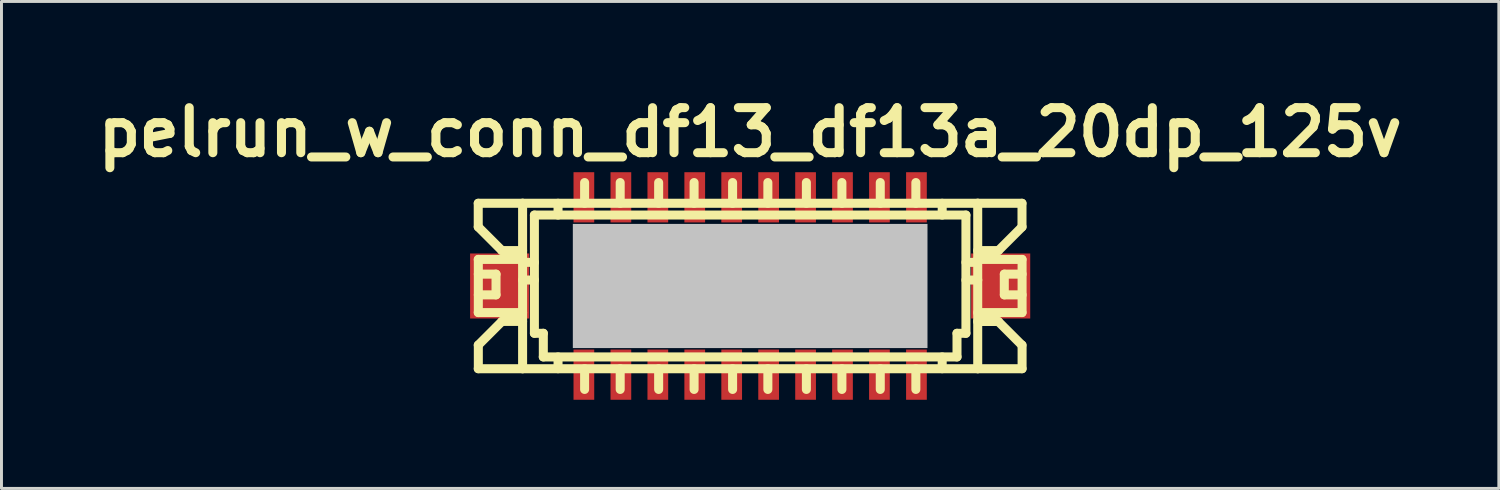
<source format=kicad_pcb>
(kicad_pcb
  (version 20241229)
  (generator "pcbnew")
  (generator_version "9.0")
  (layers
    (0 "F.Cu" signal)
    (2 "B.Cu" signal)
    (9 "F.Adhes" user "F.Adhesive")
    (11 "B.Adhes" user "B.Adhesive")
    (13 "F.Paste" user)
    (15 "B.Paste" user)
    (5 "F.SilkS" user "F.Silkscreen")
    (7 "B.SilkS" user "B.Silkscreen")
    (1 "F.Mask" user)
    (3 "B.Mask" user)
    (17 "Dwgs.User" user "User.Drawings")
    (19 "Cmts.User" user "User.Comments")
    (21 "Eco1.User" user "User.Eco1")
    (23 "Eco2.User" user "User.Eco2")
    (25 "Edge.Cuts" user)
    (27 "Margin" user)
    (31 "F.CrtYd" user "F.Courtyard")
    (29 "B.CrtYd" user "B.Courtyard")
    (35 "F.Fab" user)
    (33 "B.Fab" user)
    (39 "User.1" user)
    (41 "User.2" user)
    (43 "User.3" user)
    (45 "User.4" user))
  (footprint "pelrun_w_conn_df13_df13a_20dp_125v"
    (layer "F.Cu")
    (at 22.33 6.626)
    (property "Reference" "pelrun_w_conn_df13_df13a_20dp_125v" (at 0 -5.199 0) (layer "F.SilkS") (effects (font (size 1.524 1.524) (thickness 0.305))))
    (attr through_hole)
    (fp_line (start -9.2 -2.799) (end -9.2 -1.999) (stroke (width 0.305) (type solid)) (layer "F.SilkS"))
    (fp_line (start -9.2 -1.999) (end -8.4 -1.199) (stroke (width 0.305) (type solid)) (layer "F.SilkS"))
    (fp_line (start -9.2 -0.899) (end -7.699 -0.899) (stroke (width 0.305) (type solid)) (layer "F.SilkS"))
    (fp_line (start -9.2 0.899) (end -7.699 0.899) (stroke (width 0.305) (type solid)) (layer "F.SilkS"))
    (fp_line (start -9.2 2.799) (end -7.699 2.799) (stroke (width 0.305) (type solid)) (layer "F.SilkS"))
    (fp_line (start -9.197 -0.401) (end -8.598 -0.401) (stroke (width 0.305) (type solid)) (layer "F.SilkS"))
    (fp_line (start -9.197 0.899) (end -9.197 -0.899) (stroke (width 0.305) (type solid)) (layer "F.SilkS"))
    (fp_line (start -9.197 2.799) (end -9.197 1.999) (stroke (width 0.305) (type solid)) (layer "F.SilkS"))
    (fp_line (start -8.598 -0.401) (end -8.598 0.3) (stroke (width 0.305) (type solid)) (layer "F.SilkS"))
    (fp_line (start -8.598 0.3) (end -9.197 0.3) (stroke (width 0.305) (type solid)) (layer "F.SilkS"))
    (fp_line (start -8.4 -1.199) (end -7.699 -1.199) (stroke (width 0.305) (type solid)) (layer "F.SilkS"))
    (fp_line (start -8.4 1.199) (end -9.2 1.999) (stroke (width 0.305) (type solid)) (layer "F.SilkS"))
    (fp_line (start -7.699 -2.799) (end -9.2 -2.799) (stroke (width 0.305) (type solid)) (layer "F.SilkS"))
    (fp_line (start -7.699 -2.799) (end -7.699 2.799) (stroke (width 0.305) (type solid)) (layer "F.SilkS"))
    (fp_line (start -7.699 -2.799) (end 7.699 -2.799) (stroke (width 0.305) (type solid)) (layer "F.SilkS"))
    (fp_line (start -7.699 -0.8) (end -7.297 -0.8) (stroke (width 0.305) (type solid)) (layer "F.SilkS"))
    (fp_line (start -7.699 -0.201) (end -7.297 -0.201) (stroke (width 0.305) (type solid)) (layer "F.SilkS"))
    (fp_line (start -7.699 1.199) (end -8.4 1.199) (stroke (width 0.305) (type solid)) (layer "F.SilkS"))
    (fp_line (start -7.699 2.799) (end 7.699 2.799) (stroke (width 0.305) (type solid)) (layer "F.SilkS"))
    (fp_line (start -7.3 1.6) (end -7.3 -2.4) (stroke (width 0.305) (type solid)) (layer "F.SilkS"))
    (fp_line (start -6.998 1.6) (end -7.3 1.6) (stroke (width 0.305) (type solid)) (layer "F.SilkS"))
    (fp_line (start -6.998 2.4) (end -6.998 1.6) (stroke (width 0.305) (type solid)) (layer "F.SilkS"))
    (fp_line (start -6.5 -2.799) (end -6.5 -2.4) (stroke (width 0.305) (type solid)) (layer "F.SilkS"))
    (fp_line (start -6.5 2.4) (end -6.5 2.799) (stroke (width 0.305) (type solid)) (layer "F.SilkS"))
    (fp_line (start -5.7 -0.701) (end -5.7 -0.5) (stroke (width 0.305) (type solid)) (layer "F.SilkS"))
    (fp_line (start -5.7 -0.5) (end -5.499 -0.5) (stroke (width 0.305) (type solid)) (layer "F.SilkS"))
    (fp_line (start -5.7 0.498) (end -5.7 0.699) (stroke (width 0.305) (type solid)) (layer "F.SilkS"))
    (fp_line (start -5.7 0.699) (end -5.499 0.699) (stroke (width 0.305) (type solid)) (layer "F.SilkS"))
    (fp_line (start -5.601 -3.5) (end -5.601 -2.799) (stroke (width 0.305) (type solid)) (layer "F.SilkS"))
    (fp_line (start -5.601 2.799) (end -5.601 3.5) (stroke (width 0.305) (type solid)) (layer "F.SilkS"))
    (fp_line (start -5.499 -0.701) (end -5.7 -0.701) (stroke (width 0.305) (type solid)) (layer "F.SilkS"))
    (fp_line (start -5.499 -0.5) (end -5.499 -0.701) (stroke (width 0.305) (type solid)) (layer "F.SilkS"))
    (fp_line (start -5.499 0.498) (end -5.7 0.498) (stroke (width 0.305) (type solid)) (layer "F.SilkS"))
    (fp_line (start -5.499 0.699) (end -5.499 0.498) (stroke (width 0.305) (type solid)) (layer "F.SilkS"))
    (fp_line (start -4.498 -0.699) (end -4.3 -0.699) (stroke (width 0.305) (type solid)) (layer "F.SilkS"))
    (fp_line (start -4.498 -0.5) (end -4.498 -0.699) (stroke (width 0.305) (type solid)) (layer "F.SilkS"))
    (fp_line (start -4.498 0.5) (end -4.3 0.5) (stroke (width 0.305) (type solid)) (layer "F.SilkS"))
    (fp_line (start -4.498 0.699) (end -4.498 0.5) (stroke (width 0.305) (type solid)) (layer "F.SilkS"))
    (fp_line (start -4.397 -3.5) (end -4.397 -2.799) (stroke (width 0.305) (type solid)) (layer "F.SilkS"))
    (fp_line (start -4.397 2.799) (end -4.397 3.5) (stroke (width 0.305) (type solid)) (layer "F.SilkS"))
    (fp_line (start -4.3 -0.699) (end -4.3 -0.5) (stroke (width 0.305) (type solid)) (layer "F.SilkS"))
    (fp_line (start -4.3 -0.5) (end -4.498 -0.5) (stroke (width 0.305) (type solid)) (layer "F.SilkS"))
    (fp_line (start -4.3 0.5) (end -4.3 0.699) (stroke (width 0.305) (type solid)) (layer "F.SilkS"))
    (fp_line (start -4.3 0.699) (end -4.498 0.699) (stroke (width 0.305) (type solid)) (layer "F.SilkS"))
    (fp_line (start -3.2 -0.699) (end -3.002 -0.699) (stroke (width 0.305) (type solid)) (layer "F.SilkS"))
    (fp_line (start -3.2 -0.5) (end -3.2 -0.699) (stroke (width 0.305) (type solid)) (layer "F.SilkS"))
    (fp_line (start -3.2 0.5) (end -3.002 0.5) (stroke (width 0.305) (type solid)) (layer "F.SilkS"))
    (fp_line (start -3.2 0.699) (end -3.2 0.5) (stroke (width 0.305) (type solid)) (layer "F.SilkS"))
    (fp_line (start -3.096 -3.5) (end -3.096 -2.799) (stroke (width 0.305) (type solid)) (layer "F.SilkS"))
    (fp_line (start -3.096 2.799) (end -3.096 3.5) (stroke (width 0.305) (type solid)) (layer "F.SilkS"))
    (fp_line (start -3.002 -0.699) (end -3.002 -0.5) (stroke (width 0.305) (type solid)) (layer "F.SilkS"))
    (fp_line (start -3.002 -0.5) (end -3.2 -0.5) (stroke (width 0.305) (type solid)) (layer "F.SilkS"))
    (fp_line (start -3.002 0.5) (end -3.002 0.699) (stroke (width 0.305) (type solid)) (layer "F.SilkS"))
    (fp_line (start -3.002 0.699) (end -3.2 0.699) (stroke (width 0.305) (type solid)) (layer "F.SilkS"))
    (fp_line (start -1.999 -0.699) (end -1.801 -0.699) (stroke (width 0.305) (type solid)) (layer "F.SilkS"))
    (fp_line (start -1.999 -0.5) (end -1.999 -0.699) (stroke (width 0.305) (type solid)) (layer "F.SilkS"))
    (fp_line (start -1.999 0.5) (end -1.801 0.5) (stroke (width 0.305) (type solid)) (layer "F.SilkS"))
    (fp_line (start -1.999 0.699) (end -1.999 0.5) (stroke (width 0.305) (type solid)) (layer "F.SilkS"))
    (fp_line (start -1.897 -3.5) (end -1.897 -2.799) (stroke (width 0.305) (type solid)) (layer "F.SilkS"))
    (fp_line (start -1.897 2.799) (end -1.897 3.5) (stroke (width 0.305) (type solid)) (layer "F.SilkS"))
    (fp_line (start -1.801 -0.699) (end -1.801 -0.5) (stroke (width 0.305) (type solid)) (layer "F.SilkS"))
    (fp_line (start -1.801 -0.5) (end -1.999 -0.5) (stroke (width 0.305) (type solid)) (layer "F.SilkS"))
    (fp_line (start -1.801 0.5) (end -1.801 0.699) (stroke (width 0.305) (type solid)) (layer "F.SilkS"))
    (fp_line (start -1.801 0.699) (end -1.999 0.699) (stroke (width 0.305) (type solid)) (layer "F.SilkS"))
    (fp_line (start -0.696 -0.701) (end -0.495 -0.701) (stroke (width 0.305) (type solid)) (layer "F.SilkS"))
    (fp_line (start -0.696 -0.5) (end -0.696 -0.701) (stroke (width 0.305) (type solid)) (layer "F.SilkS"))
    (fp_line (start -0.696 0.498) (end -0.495 0.498) (stroke (width 0.305) (type solid)) (layer "F.SilkS"))
    (fp_line (start -0.696 0.699) (end -0.696 0.498) (stroke (width 0.305) (type solid)) (layer "F.SilkS"))
    (fp_line (start -0.594 -3.5) (end -0.594 -2.799) (stroke (width 0.305) (type solid)) (layer "F.SilkS"))
    (fp_line (start -0.594 2.799) (end -0.594 3.5) (stroke (width 0.305) (type solid)) (layer "F.SilkS"))
    (fp_line (start -0.495 -0.701) (end -0.495 -0.5) (stroke (width 0.305) (type solid)) (layer "F.SilkS"))
    (fp_line (start -0.495 -0.5) (end -0.696 -0.5) (stroke (width 0.305) (type solid)) (layer "F.SilkS"))
    (fp_line (start -0.495 0.498) (end -0.495 0.699) (stroke (width 0.305) (type solid)) (layer "F.SilkS"))
    (fp_line (start -0.495 0.699) (end -0.696 0.699) (stroke (width 0.305) (type solid)) (layer "F.SilkS"))
    (fp_line (start 0.5 -0.704) (end 0.5 -0.503) (stroke (width 0.305) (type solid)) (layer "F.SilkS"))
    (fp_line (start 0.5 -0.503) (end 0.701 -0.503) (stroke (width 0.305) (type solid)) (layer "F.SilkS"))
    (fp_line (start 0.5 0.495) (end 0.5 0.696) (stroke (width 0.305) (type solid)) (layer "F.SilkS"))
    (fp_line (start 0.5 0.696) (end 0.701 0.696) (stroke (width 0.305) (type solid)) (layer "F.SilkS"))
    (fp_line (start 0.599 -3.5) (end 0.599 -2.799) (stroke (width 0.305) (type solid)) (layer "F.SilkS"))
    (fp_line (start 0.599 2.799) (end 0.599 3.5) (stroke (width 0.305) (type solid)) (layer "F.SilkS"))
    (fp_line (start 0.701 -0.704) (end 0.5 -0.704) (stroke (width 0.305) (type solid)) (layer "F.SilkS"))
    (fp_line (start 0.701 -0.503) (end 0.701 -0.704) (stroke (width 0.305) (type solid)) (layer "F.SilkS"))
    (fp_line (start 0.701 0.495) (end 0.5 0.495) (stroke (width 0.305) (type solid)) (layer "F.SilkS"))
    (fp_line (start 0.701 0.696) (end 0.701 0.495) (stroke (width 0.305) (type solid)) (layer "F.SilkS"))
    (fp_line (start 1.801 -0.701) (end 1.999 -0.701) (stroke (width 0.305) (type solid)) (layer "F.SilkS"))
    (fp_line (start 1.801 -0.503) (end 1.801 -0.701) (stroke (width 0.305) (type solid)) (layer "F.SilkS"))
    (fp_line (start 1.801 0.498) (end 1.999 0.498) (stroke (width 0.305) (type solid)) (layer "F.SilkS"))
    (fp_line (start 1.801 0.696) (end 1.801 0.498) (stroke (width 0.305) (type solid)) (layer "F.SilkS"))
    (fp_line (start 1.902 -3.5) (end 1.902 -2.799) (stroke (width 0.305) (type solid)) (layer "F.SilkS"))
    (fp_line (start 1.902 2.799) (end 1.902 3.5) (stroke (width 0.305) (type solid)) (layer "F.SilkS"))
    (fp_line (start 1.999 -0.701) (end 1.999 -0.503) (stroke (width 0.305) (type solid)) (layer "F.SilkS"))
    (fp_line (start 1.999 -0.503) (end 1.801 -0.503) (stroke (width 0.305) (type solid)) (layer "F.SilkS"))
    (fp_line (start 1.999 0.498) (end 1.999 0.696) (stroke (width 0.305) (type solid)) (layer "F.SilkS"))
    (fp_line (start 1.999 0.696) (end 1.801 0.696) (stroke (width 0.305) (type solid)) (layer "F.SilkS"))
    (fp_line (start 3 -0.701) (end 3.198 -0.701) (stroke (width 0.305) (type solid)) (layer "F.SilkS"))
    (fp_line (start 3 -0.503) (end 3 -0.701) (stroke (width 0.305) (type solid)) (layer "F.SilkS"))
    (fp_line (start 3 0.498) (end 3.198 0.498) (stroke (width 0.305) (type solid)) (layer "F.SilkS"))
    (fp_line (start 3 0.696) (end 3 0.498) (stroke (width 0.305) (type solid)) (layer "F.SilkS"))
    (fp_line (start 3.104 -3.5) (end 3.104 -2.799) (stroke (width 0.305) (type solid)) (layer "F.SilkS"))
    (fp_line (start 3.104 2.799) (end 3.104 3.5) (stroke (width 0.305) (type solid)) (layer "F.SilkS"))
    (fp_line (start 3.198 -0.701) (end 3.198 -0.503) (stroke (width 0.305) (type solid)) (layer "F.SilkS"))
    (fp_line (start 3.198 -0.503) (end 3 -0.503) (stroke (width 0.305) (type solid)) (layer "F.SilkS"))
    (fp_line (start 3.198 0.498) (end 3.198 0.696) (stroke (width 0.305) (type solid)) (layer "F.SilkS"))
    (fp_line (start 3.198 0.696) (end 3 0.696) (stroke (width 0.305) (type solid)) (layer "F.SilkS"))
    (fp_line (start 4.298 -0.701) (end 4.496 -0.701) (stroke (width 0.305) (type solid)) (layer "F.SilkS"))
    (fp_line (start 4.298 -0.503) (end 4.298 -0.701) (stroke (width 0.305) (type solid)) (layer "F.SilkS"))
    (fp_line (start 4.298 0.498) (end 4.496 0.498) (stroke (width 0.305) (type solid)) (layer "F.SilkS"))
    (fp_line (start 4.298 0.696) (end 4.298 0.498) (stroke (width 0.305) (type solid)) (layer "F.SilkS"))
    (fp_line (start 4.402 -3.5) (end 4.402 -2.799) (stroke (width 0.305) (type solid)) (layer "F.SilkS"))
    (fp_line (start 4.402 2.799) (end 4.402 3.5) (stroke (width 0.305) (type solid)) (layer "F.SilkS"))
    (fp_line (start 4.496 -0.701) (end 4.496 -0.503) (stroke (width 0.305) (type solid)) (layer "F.SilkS"))
    (fp_line (start 4.496 -0.503) (end 4.298 -0.503) (stroke (width 0.305) (type solid)) (layer "F.SilkS"))
    (fp_line (start 4.496 0.498) (end 4.496 0.696) (stroke (width 0.305) (type solid)) (layer "F.SilkS"))
    (fp_line (start 4.496 0.696) (end 4.298 0.696) (stroke (width 0.305) (type solid)) (layer "F.SilkS"))
    (fp_line (start 5.502 -0.704) (end 5.702 -0.704) (stroke (width 0.305) (type solid)) (layer "F.SilkS"))
    (fp_line (start 5.502 -0.503) (end 5.502 -0.704) (stroke (width 0.305) (type solid)) (layer "F.SilkS"))
    (fp_line (start 5.502 0.495) (end 5.702 0.495) (stroke (width 0.305) (type solid)) (layer "F.SilkS"))
    (fp_line (start 5.502 0.696) (end 5.502 0.495) (stroke (width 0.305) (type solid)) (layer "F.SilkS"))
    (fp_line (start 5.606 -3.5) (end 5.606 -2.799) (stroke (width 0.305) (type solid)) (layer "F.SilkS"))
    (fp_line (start 5.606 2.799) (end 5.606 3.5) (stroke (width 0.305) (type solid)) (layer "F.SilkS"))
    (fp_line (start 5.702 -0.704) (end 5.702 -0.503) (stroke (width 0.305) (type solid)) (layer "F.SilkS"))
    (fp_line (start 5.702 -0.503) (end 5.502 -0.503) (stroke (width 0.305) (type solid)) (layer "F.SilkS"))
    (fp_line (start 5.702 0.495) (end 5.702 0.696) (stroke (width 0.305) (type solid)) (layer "F.SilkS"))
    (fp_line (start 5.702 0.696) (end 5.502 0.696) (stroke (width 0.305) (type solid)) (layer "F.SilkS"))
    (fp_line (start 6.497 -2.799) (end 6.497 -2.4) (stroke (width 0.305) (type solid)) (layer "F.SilkS"))
    (fp_line (start 6.497 2.4) (end 6.497 2.799) (stroke (width 0.305) (type solid)) (layer "F.SilkS"))
    (fp_line (start 6.998 1.6) (end 6.998 2.4) (stroke (width 0.305) (type solid)) (layer "F.SilkS"))
    (fp_line (start 7 2.4) (end -7 2.4) (stroke (width 0.305) (type solid)) (layer "F.SilkS"))
    (fp_line (start 7.3 -2.4) (end -7.3 -2.4) (stroke (width 0.305) (type solid)) (layer "F.SilkS"))
    (fp_line (start 7.3 -2.4) (end 7.3 1.6) (stroke (width 0.305) (type solid)) (layer "F.SilkS"))
    (fp_line (start 7.3 -0.201) (end 7.701 -0.201) (stroke (width 0.305) (type solid)) (layer "F.SilkS"))
    (fp_line (start 7.3 1.6) (end 6.998 1.6) (stroke (width 0.305) (type solid)) (layer "F.SilkS"))
    (fp_line (start 7.696 -1.199) (end 8.397 -1.199) (stroke (width 0.305) (type solid)) (layer "F.SilkS"))
    (fp_line (start 7.696 1.201) (end 8.397 1.201) (stroke (width 0.305) (type solid)) (layer "F.SilkS"))
    (fp_line (start 7.699 2.799) (end 7.699 -2.799) (stroke (width 0.305) (type solid)) (layer "F.SilkS"))
    (fp_line (start 7.699 2.799) (end 9.2 2.799) (stroke (width 0.305) (type solid)) (layer "F.SilkS"))
    (fp_line (start 7.701 -0.8) (end 7.3 -0.8) (stroke (width 0.305) (type solid)) (layer "F.SilkS"))
    (fp_line (start 8.395 1.201) (end 9.195 2.002) (stroke (width 0.305) (type solid)) (layer "F.SilkS"))
    (fp_line (start 8.4 -1.199) (end 9.2 -1.999) (stroke (width 0.305) (type solid)) (layer "F.SilkS"))
    (fp_line (start 8.598 -0.401) (end 8.598 0.3) (stroke (width 0.305) (type solid)) (layer "F.SilkS"))
    (fp_line (start 8.6 -0.401) (end 9.2 -0.401) (stroke (width 0.305) (type solid)) (layer "F.SilkS"))
    (fp_line (start 8.6 0.3) (end 9.2 0.3) (stroke (width 0.305) (type solid)) (layer "F.SilkS"))
    (fp_line (start 9.197 -2.799) (end 7.696 -2.799) (stroke (width 0.305) (type solid)) (layer "F.SilkS"))
    (fp_line (start 9.197 -2.799) (end 9.197 -1.999) (stroke (width 0.305) (type solid)) (layer "F.SilkS"))
    (fp_line (start 9.197 -0.899) (end 7.699 -0.899) (stroke (width 0.305) (type solid)) (layer "F.SilkS"))
    (fp_line (start 9.197 0.899) (end 7.699 0.899) (stroke (width 0.305) (type solid)) (layer "F.SilkS"))
    (fp_line (start 9.2 -0.899) (end 9.2 0.899) (stroke (width 0.305) (type solid)) (layer "F.SilkS"))
    (fp_line (start 9.2 2.799) (end 9.2 1.999) (stroke (width 0.305) (type solid)) (layer "F.SilkS"))
    (pad "" smd rect (at -8.476 0) (size 1.999 2.2) (layers "F.Cu" "F.Mask" "F.Paste"))
    (pad "" smd rect (at 0 0) (size 11.999 4.201) (layers "Dwgs.User"))
    (pad "" smd rect (at 8.476 0) (size 1.999 2.2) (layers "F.Cu" "F.Mask" "F.Paste"))
    (pad "1" smd rect (at -5.626 -3) (size 0.701 1.699) (layers "F.Cu" "F.Mask" "F.Paste"))
    (pad "2" smd rect (at -5.626 3) (size 0.701 1.699) (layers "F.Cu" "F.Mask" "F.Paste"))
    (pad "3" smd rect (at -4.374 -3) (size 0.701 1.699) (layers "F.Cu" "F.Mask" "F.Paste"))
    (pad "4" smd rect (at -4.374 3) (size 0.701 1.699) (layers "F.Cu" "F.Mask" "F.Paste"))
    (pad "5" smd rect (at -3.124 -3) (size 0.701 1.699) (layers "F.Cu" "F.Mask" "F.Paste"))
    (pad "6" smd rect (at -3.124 3) (size 0.701 1.699) (layers "F.Cu" "F.Mask" "F.Paste"))
    (pad "7" smd rect (at -1.875 -3) (size 0.701 1.699) (layers "F.Cu" "F.Mask" "F.Paste"))
    (pad "8" smd rect (at -1.875 3) (size 0.701 1.699) (layers "F.Cu" "F.Mask" "F.Paste"))
    (pad "9" smd rect (at -0.625 -3) (size 0.701 1.699) (layers "F.Cu" "F.Mask" "F.Paste"))
    (pad "10" smd rect (at -0.625 3) (size 0.701 1.699) (layers "F.Cu" "F.Mask" "F.Paste"))
    (pad "11" smd rect (at 0.625 -3) (size 0.701 1.699) (layers "F.Cu" "F.Mask" "F.Paste"))
    (pad "12" smd rect (at 0.625 3) (size 0.701 1.699) (layers "F.Cu" "F.Mask" "F.Paste"))
    (pad "13" smd rect (at 1.875 -3) (size 0.701 1.699) (layers "F.Cu" "F.Mask" "F.Paste"))
    (pad "14" smd rect (at 1.875 3) (size 0.701 1.699) (layers "F.Cu" "F.Mask" "F.Paste"))
    (pad "15" smd rect (at 3.124 -3) (size 0.701 1.699) (layers "F.Cu" "F.Mask" "F.Paste"))
    (pad "16" smd rect (at 3.124 3) (size 0.701 1.699) (layers "F.Cu" "F.Mask" "F.Paste"))
    (pad "17" smd rect (at 4.374 -3) (size 0.701 1.699) (layers "F.Cu" "F.Mask" "F.Paste"))
    (pad "18" smd rect (at 4.374 3) (size 0.701 1.699) (layers "F.Cu" "F.Mask" "F.Paste"))
    (pad "19" smd rect (at 5.626 -3) (size 0.701 1.699) (layers "F.Cu" "F.Mask" "F.Paste"))
    (pad "20" smd rect (at 5.626 3) (size 0.701 1.699) (layers "F.Cu" "F.Mask" "F.Paste")))
  (gr_rect
    (start -3 -3)
    (end 47.66 13.475)
    (stroke (width 0.1) (type default))
    (fill no)
    (layer "Edge.Cuts")))
</source>
